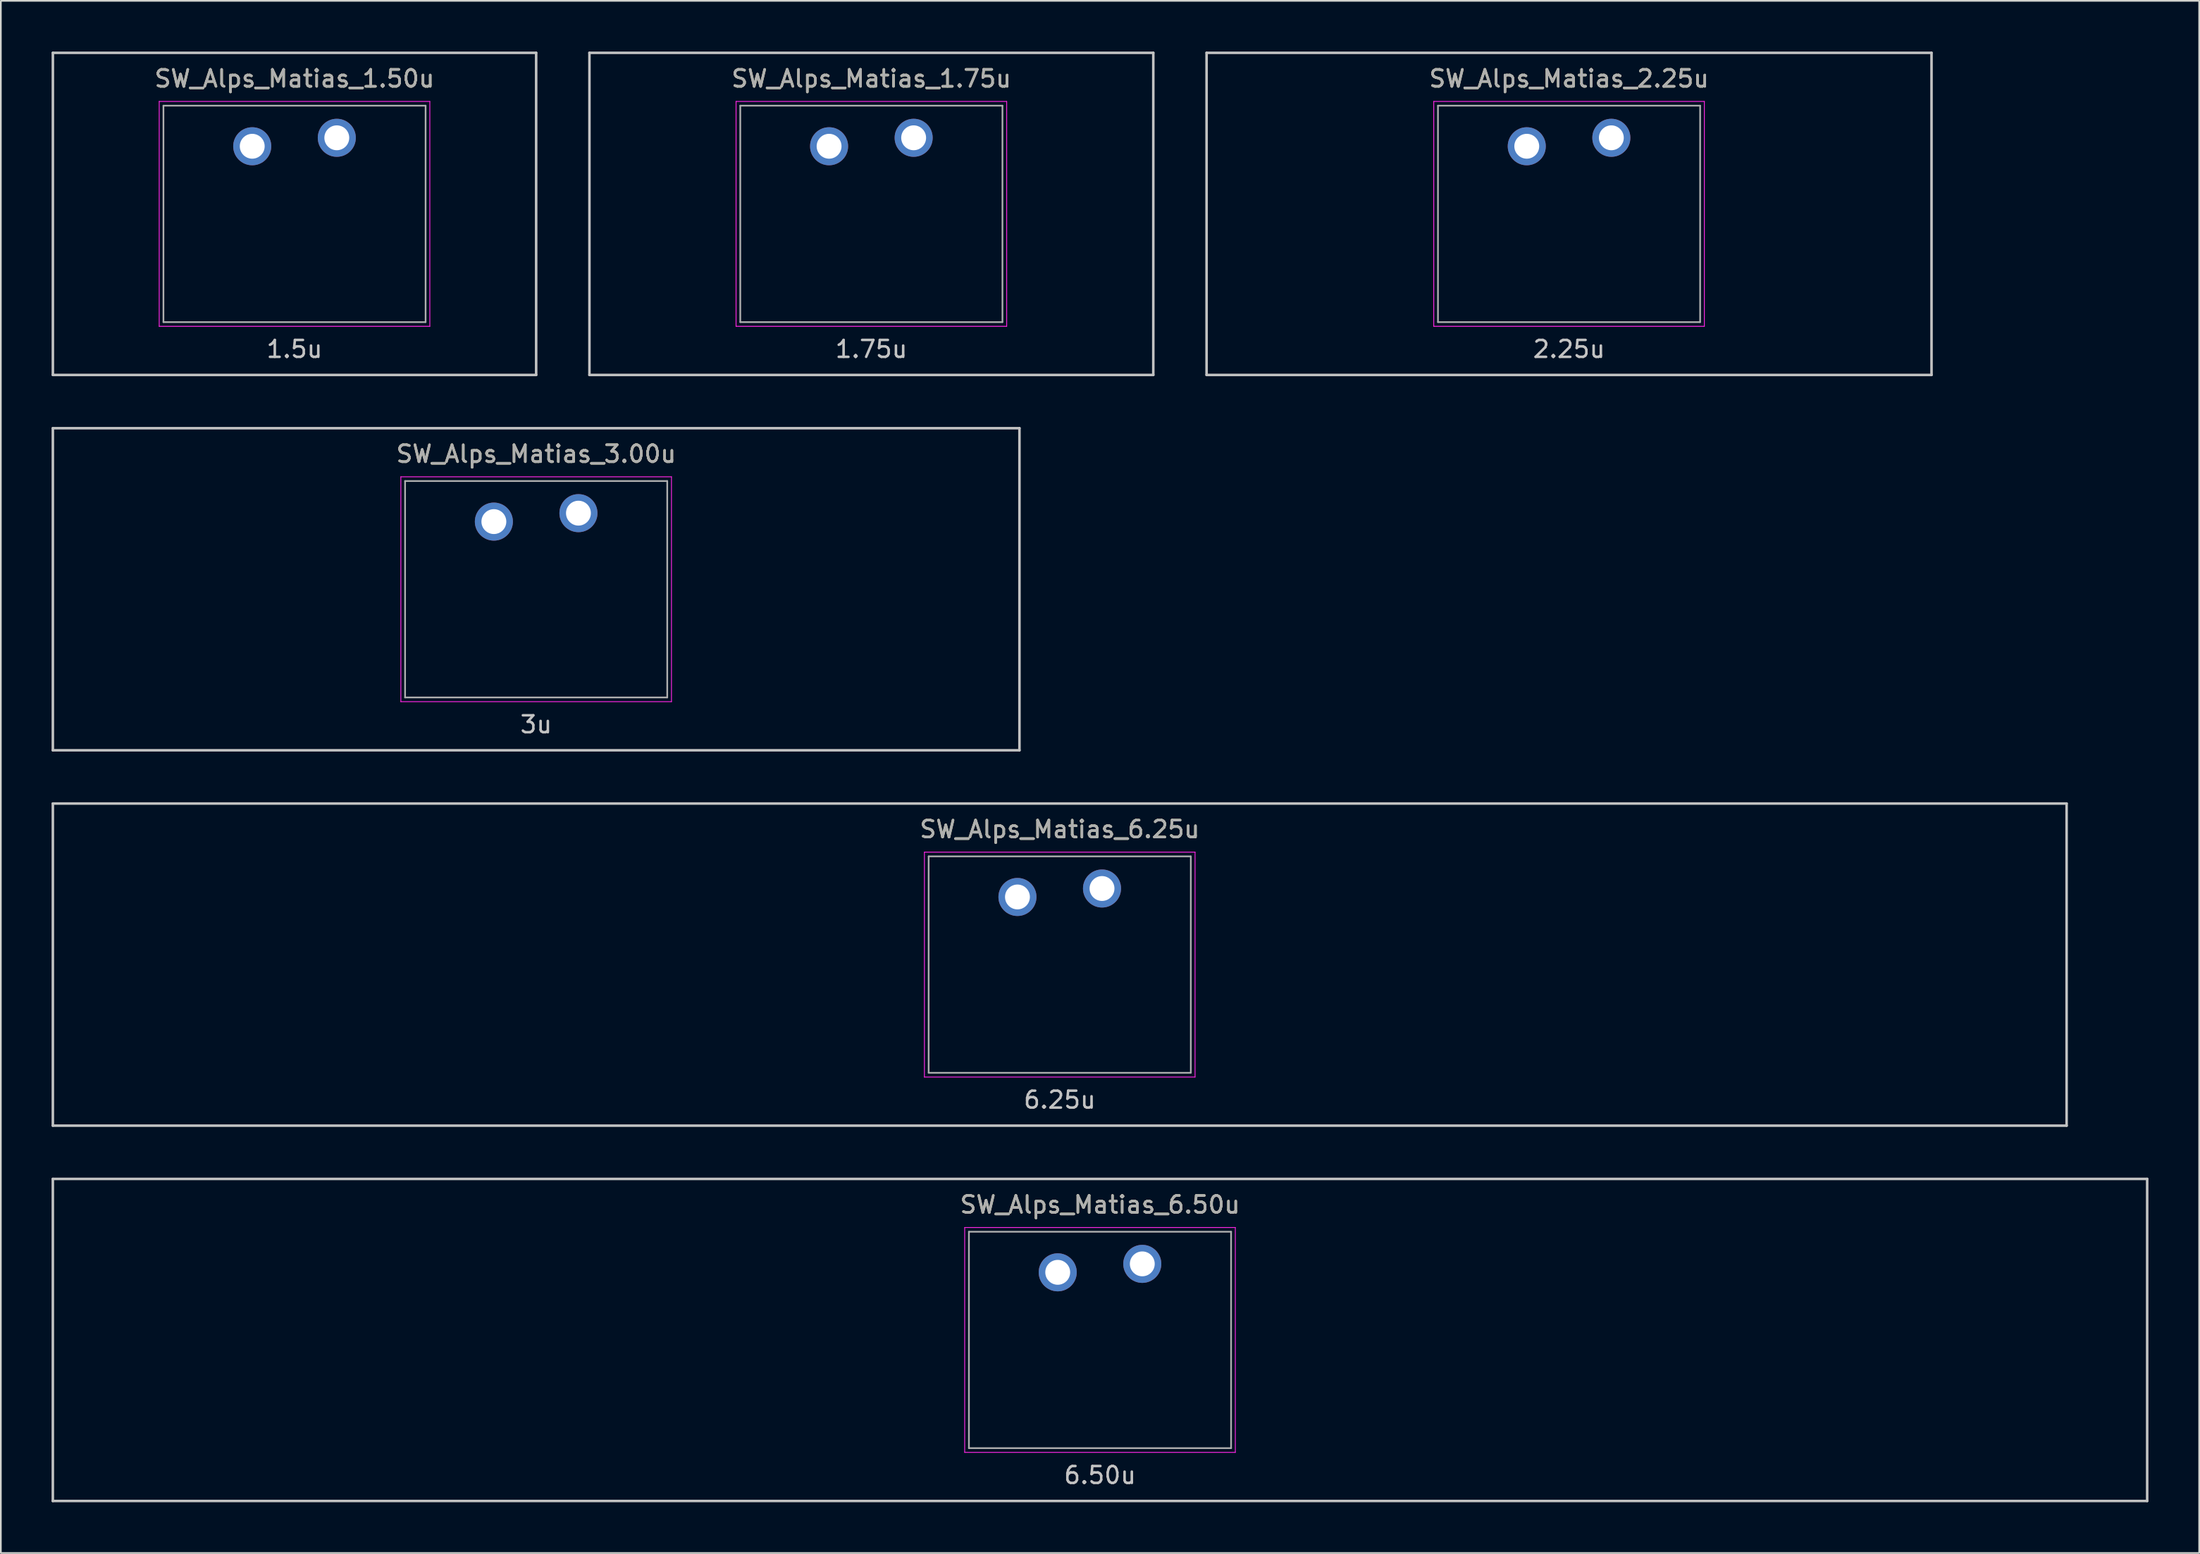
<source format=kicad_pcb>
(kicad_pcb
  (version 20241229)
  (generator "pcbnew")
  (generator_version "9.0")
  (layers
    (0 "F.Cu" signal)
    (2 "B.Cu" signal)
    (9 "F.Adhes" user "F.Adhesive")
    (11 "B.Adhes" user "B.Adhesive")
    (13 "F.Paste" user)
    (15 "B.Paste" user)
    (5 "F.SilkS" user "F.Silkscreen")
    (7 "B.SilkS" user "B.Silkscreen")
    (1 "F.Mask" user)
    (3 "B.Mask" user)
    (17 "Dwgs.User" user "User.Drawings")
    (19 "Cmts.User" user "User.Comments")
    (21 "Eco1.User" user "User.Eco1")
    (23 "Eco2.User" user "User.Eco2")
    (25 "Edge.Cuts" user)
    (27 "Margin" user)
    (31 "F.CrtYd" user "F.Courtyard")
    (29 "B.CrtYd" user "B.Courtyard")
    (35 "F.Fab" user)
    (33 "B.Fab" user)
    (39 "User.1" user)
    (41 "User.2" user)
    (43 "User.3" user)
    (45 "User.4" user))
  (footprint "SW_Alps_Matias_3.00u"
    (layer "F.Cu")
    (at 28.65 31.8)
    (property "Reference" "SW_Alps_Matias_3.00u" (at 0 -8 0) (layer "F.SilkS") (effects (font (size 1 1) (thickness 0.15))))
    (attr through_hole)
    (fp_line (start -28.575 -9.525) (end 28.575 -9.525) (stroke (width 0.15) (type solid)) (layer "Dwgs.User"))
    (fp_line (start -28.575 9.525) (end -28.575 -9.525) (stroke (width 0.15) (type solid)) (layer "Dwgs.User"))
    (fp_line (start -28.575 9.525) (end 28.575 9.525) (stroke (width 0.15) (type solid)) (layer "Dwgs.User"))
    (fp_line (start 28.575 -9.525) (end 28.575 9.525) (stroke (width 0.15) (type solid)) (layer "Dwgs.User"))
    (fp_line (start -8 -6.65) (end 8 -6.65) (stroke (width 0.05) (type solid)) (layer "F.CrtYd"))
    (fp_line (start -8 6.65) (end -8 -6.65) (stroke (width 0.05) (type solid)) (layer "F.CrtYd"))
    (fp_line (start 8 -6.65) (end 8 6.65) (stroke (width 0.05) (type solid)) (layer "F.CrtYd"))
    (fp_line (start 8 6.65) (end -8 6.65) (stroke (width 0.05) (type solid)) (layer "F.CrtYd"))
    (fp_line (start -7.75 -6.4) (end 7.75 -6.4) (stroke (width 0.1) (type solid)) (layer "F.Fab"))
    (fp_line (start -7.75 6.4) (end -7.75 -6.4) (stroke (width 0.1) (type solid)) (layer "F.Fab"))
    (fp_line (start 7.75 -6.4) (end 7.75 6.4) (stroke (width 0.1) (type solid)) (layer "F.Fab"))
    (fp_line (start 7.75 6.4) (end -7.75 6.4) (stroke (width 0.1) (type solid)) (layer "F.Fab"))
    (fp_text user "3u" (at 0 8 0) (layer "Dwgs.User") (effects (font (size 1 1) (thickness 0.15))))
    (fp_text user "${REFERENCE}" (at 0 -8 0) (layer "F.Fab") (effects (font (size 1 1) (thickness 0.15))))
    (pad "1" thru_hole circle (at -2.5 -4) (size 2.25 2.25) (drill 1.47) (layers "*.Cu" "B.Mask"))
    (pad "2" thru_hole circle (at 2.5 -4.5) (size 2.25 2.25) (drill 1.47) (layers "*.Cu" "B.Mask")))
  (footprint "SW_Alps_Matias_1.75u"
    (layer "F.Cu")
    (at 48.469 9.6)
    (property "Reference" "SW_Alps_Matias_1.75u" (at 0 -8 0) (layer "F.SilkS") (effects (font (size 1 1) (thickness 0.15))))
    (attr through_hole)
    (fp_line (start -16.669 -9.525) (end 16.669 -9.525) (stroke (width 0.15) (type solid)) (layer "Dwgs.User"))
    (fp_line (start -16.669 9.525) (end -16.669 -9.525) (stroke (width 0.15) (type solid)) (layer "Dwgs.User"))
    (fp_line (start -16.669 9.525) (end 16.669 9.525) (stroke (width 0.15) (type solid)) (layer "Dwgs.User"))
    (fp_line (start 16.669 -9.525) (end 16.669 9.525) (stroke (width 0.15) (type solid)) (layer "Dwgs.User"))
    (fp_line (start -8 -6.65) (end 8 -6.65) (stroke (width 0.05) (type solid)) (layer "F.CrtYd"))
    (fp_line (start -8 6.65) (end -8 -6.65) (stroke (width 0.05) (type solid)) (layer "F.CrtYd"))
    (fp_line (start 8 -6.65) (end 8 6.65) (stroke (width 0.05) (type solid)) (layer "F.CrtYd"))
    (fp_line (start 8 6.65) (end -8 6.65) (stroke (width 0.05) (type solid)) (layer "F.CrtYd"))
    (fp_line (start -7.75 -6.4) (end 7.75 -6.4) (stroke (width 0.1) (type solid)) (layer "F.Fab"))
    (fp_line (start -7.75 6.4) (end -7.75 -6.4) (stroke (width 0.1) (type solid)) (layer "F.Fab"))
    (fp_line (start 7.75 -6.4) (end 7.75 6.4) (stroke (width 0.1) (type solid)) (layer "F.Fab"))
    (fp_line (start 7.75 6.4) (end -7.75 6.4) (stroke (width 0.1) (type solid)) (layer "F.Fab"))
    (fp_text user "1.75u" (at 0 8 0) (layer "Dwgs.User") (effects (font (size 1 1) (thickness 0.15))))
    (fp_text user "${REFERENCE}" (at 0 -8 0) (layer "F.Fab") (effects (font (size 1 1) (thickness 0.15))))
    (pad "1" thru_hole circle (at -2.5 -4) (size 2.25 2.25) (drill 1.47) (layers "*.Cu" "B.Mask"))
    (pad "2" thru_hole circle (at 2.5 -4.5) (size 2.25 2.25) (drill 1.47) (layers "*.Cu" "B.Mask")))
  (footprint "SW_Alps_Matias_2.25u"
    (layer "F.Cu")
    (at 89.719 9.6)
    (property "Reference" "SW_Alps_Matias_2.25u" (at 0 -8 0) (layer "F.SilkS") (effects (font (size 1 1) (thickness 0.15))))
    (attr through_hole)
    (fp_line (start -21.431 -9.525) (end 21.431 -9.525) (stroke (width 0.15) (type solid)) (layer "Dwgs.User"))
    (fp_line (start -21.431 9.525) (end -21.431 -9.525) (stroke (width 0.15) (type solid)) (layer "Dwgs.User"))
    (fp_line (start -21.431 9.525) (end 21.431 9.525) (stroke (width 0.15) (type solid)) (layer "Dwgs.User"))
    (fp_line (start 21.431 -9.525) (end 21.431 9.525) (stroke (width 0.15) (type solid)) (layer "Dwgs.User"))
    (fp_line (start -8 -6.65) (end 8 -6.65) (stroke (width 0.05) (type solid)) (layer "F.CrtYd"))
    (fp_line (start -8 6.65) (end -8 -6.65) (stroke (width 0.05) (type solid)) (layer "F.CrtYd"))
    (fp_line (start 8 -6.65) (end 8 6.65) (stroke (width 0.05) (type solid)) (layer "F.CrtYd"))
    (fp_line (start 8 6.65) (end -8 6.65) (stroke (width 0.05) (type solid)) (layer "F.CrtYd"))
    (fp_line (start -7.75 -6.4) (end 7.75 -6.4) (stroke (width 0.1) (type solid)) (layer "F.Fab"))
    (fp_line (start -7.75 6.4) (end -7.75 -6.4) (stroke (width 0.1) (type solid)) (layer "F.Fab"))
    (fp_line (start 7.75 -6.4) (end 7.75 6.4) (stroke (width 0.1) (type solid)) (layer "F.Fab"))
    (fp_line (start 7.75 6.4) (end -7.75 6.4) (stroke (width 0.1) (type solid)) (layer "F.Fab"))
    (fp_text user "2.25u" (at 0 8 0) (layer "Dwgs.User") (effects (font (size 1 1) (thickness 0.15))))
    (fp_text user "${REFERENCE}" (at 0 -8 0) (layer "F.Fab") (effects (font (size 1 1) (thickness 0.15))))
    (pad "1" thru_hole circle (at -2.5 -4) (size 2.25 2.25) (drill 1.47) (layers "*.Cu" "B.Mask"))
    (pad "2" thru_hole circle (at 2.5 -4.5) (size 2.25 2.25) (drill 1.47) (layers "*.Cu" "B.Mask")))
  (footprint "SW_Alps_Matias_6.25u"
    (layer "F.Cu")
    (at 59.606 54)
    (property "Reference" "SW_Alps_Matias_6.25u" (at 0 -8 0) (layer "F.SilkS") (effects (font (size 1 1) (thickness 0.15))))
    (attr through_hole)
    (fp_line (start -59.531 -9.525) (end 59.531 -9.525) (stroke (width 0.15) (type solid)) (layer "Dwgs.User"))
    (fp_line (start -59.531 9.525) (end -59.531 -9.525) (stroke (width 0.15) (type solid)) (layer "Dwgs.User"))
    (fp_line (start -59.531 9.525) (end 59.531 9.525) (stroke (width 0.15) (type solid)) (layer "Dwgs.User"))
    (fp_line (start 59.531 -9.525) (end 59.531 9.525) (stroke (width 0.15) (type solid)) (layer "Dwgs.User"))
    (fp_line (start -8 -6.65) (end 8 -6.65) (stroke (width 0.05) (type solid)) (layer "F.CrtYd"))
    (fp_line (start -8 6.65) (end -8 -6.65) (stroke (width 0.05) (type solid)) (layer "F.CrtYd"))
    (fp_line (start 8 -6.65) (end 8 6.65) (stroke (width 0.05) (type solid)) (layer "F.CrtYd"))
    (fp_line (start 8 6.65) (end -8 6.65) (stroke (width 0.05) (type solid)) (layer "F.CrtYd"))
    (fp_line (start -7.75 -6.4) (end 7.75 -6.4) (stroke (width 0.1) (type solid)) (layer "F.Fab"))
    (fp_line (start -7.75 6.4) (end -7.75 -6.4) (stroke (width 0.1) (type solid)) (layer "F.Fab"))
    (fp_line (start 7.75 -6.4) (end 7.75 6.4) (stroke (width 0.1) (type solid)) (layer "F.Fab"))
    (fp_line (start 7.75 6.4) (end -7.75 6.4) (stroke (width 0.1) (type solid)) (layer "F.Fab"))
    (fp_text user "6.25u" (at 0 8 0) (layer "Dwgs.User") (effects (font (size 1 1) (thickness 0.15))))
    (fp_text user "${REFERENCE}" (at 0 -8 0) (layer "F.Fab") (effects (font (size 1 1) (thickness 0.15))))
    (pad "1" thru_hole circle (at -2.5 -4) (size 2.25 2.25) (drill 1.47) (layers "*.Cu" "B.Mask"))
    (pad "2" thru_hole circle (at 2.5 -4.5) (size 2.25 2.25) (drill 1.47) (layers "*.Cu" "B.Mask")))
  (footprint "SW_Alps_Matias_1.50u"
    (layer "F.Cu")
    (at 14.363 9.6)
    (property "Reference" "SW_Alps_Matias_1.50u" (at 0 -8 0) (layer "F.SilkS") (effects (font (size 1 1) (thickness 0.15))))
    (attr through_hole)
    (fp_line (start -14.287 -9.525) (end 14.287 -9.525) (stroke (width 0.15) (type solid)) (layer "Dwgs.User"))
    (fp_line (start -14.287 9.525) (end -14.287 -9.525) (stroke (width 0.15) (type solid)) (layer "Dwgs.User"))
    (fp_line (start -14.287 9.525) (end 14.287 9.525) (stroke (width 0.15) (type solid)) (layer "Dwgs.User"))
    (fp_line (start 14.287 -9.525) (end 14.287 9.525) (stroke (width 0.15) (type solid)) (layer "Dwgs.User"))
    (fp_line (start -8 -6.65) (end 8 -6.65) (stroke (width 0.05) (type solid)) (layer "F.CrtYd"))
    (fp_line (start -8 6.65) (end -8 -6.65) (stroke (width 0.05) (type solid)) (layer "F.CrtYd"))
    (fp_line (start 8 -6.65) (end 8 6.65) (stroke (width 0.05) (type solid)) (layer "F.CrtYd"))
    (fp_line (start 8 6.65) (end -8 6.65) (stroke (width 0.05) (type solid)) (layer "F.CrtYd"))
    (fp_line (start -7.75 -6.4) (end 7.75 -6.4) (stroke (width 0.1) (type solid)) (layer "F.Fab"))
    (fp_line (start -7.75 6.4) (end -7.75 -6.4) (stroke (width 0.1) (type solid)) (layer "F.Fab"))
    (fp_line (start 7.75 -6.4) (end 7.75 6.4) (stroke (width 0.1) (type solid)) (layer "F.Fab"))
    (fp_line (start 7.75 6.4) (end -7.75 6.4) (stroke (width 0.1) (type solid)) (layer "F.Fab"))
    (fp_text user "1.5u" (at 0 8 0) (layer "Dwgs.User") (effects (font (size 1 1) (thickness 0.15))))
    (fp_text user "${REFERENCE}" (at 0 -8 0) (layer "F.Fab") (effects (font (size 1 1) (thickness 0.15))))
    (pad "1" thru_hole circle (at -2.5 -4) (size 2.25 2.25) (drill 1.47) (layers "*.Cu" "B.Mask"))
    (pad "2" thru_hole circle (at 2.5 -4.5) (size 2.25 2.25) (drill 1.47) (layers "*.Cu" "B.Mask")))
  (footprint "SW_Alps_Matias_6.50u"
    (layer "F.Cu")
    (at 61.987 76.2)
    (property "Reference" "SW_Alps_Matias_6.50u" (at 0 -8 0) (layer "F.SilkS") (effects (font (size 1 1) (thickness 0.15))))
    (attr through_hole)
    (fp_line (start -61.913 -9.525) (end 61.913 -9.525) (stroke (width 0.15) (type solid)) (layer "Dwgs.User"))
    (fp_line (start -61.913 9.525) (end -61.913 -9.525) (stroke (width 0.15) (type solid)) (layer "Dwgs.User"))
    (fp_line (start -61.913 9.525) (end 61.913 9.525) (stroke (width 0.15) (type solid)) (layer "Dwgs.User"))
    (fp_line (start 61.913 -9.525) (end 61.913 9.525) (stroke (width 0.15) (type solid)) (layer "Dwgs.User"))
    (fp_line (start -8 -6.65) (end 8 -6.65) (stroke (width 0.05) (type solid)) (layer "F.CrtYd"))
    (fp_line (start -8 6.65) (end -8 -6.65) (stroke (width 0.05) (type solid)) (layer "F.CrtYd"))
    (fp_line (start 8 -6.65) (end 8 6.65) (stroke (width 0.05) (type solid)) (layer "F.CrtYd"))
    (fp_line (start 8 6.65) (end -8 6.65) (stroke (width 0.05) (type solid)) (layer "F.CrtYd"))
    (fp_line (start -7.75 -6.4) (end 7.75 -6.4) (stroke (width 0.1) (type solid)) (layer "F.Fab"))
    (fp_line (start -7.75 6.4) (end -7.75 -6.4) (stroke (width 0.1) (type solid)) (layer "F.Fab"))
    (fp_line (start 7.75 -6.4) (end 7.75 6.4) (stroke (width 0.1) (type solid)) (layer "F.Fab"))
    (fp_line (start 7.75 6.4) (end -7.75 6.4) (stroke (width 0.1) (type solid)) (layer "F.Fab"))
    (fp_text user "6.50u" (at 0 8 0) (layer "Dwgs.User") (effects (font (size 1 1) (thickness 0.15))))
    (fp_text user "${REFERENCE}" (at 0 -8 0) (layer "F.Fab") (effects (font (size 1 1) (thickness 0.15))))
    (pad "1" thru_hole circle (at -2.5 -4) (size 2.25 2.25) (drill 1.47) (layers "*.Cu" "B.Mask"))
    (pad "2" thru_hole circle (at 2.5 -4.5) (size 2.25 2.25) (drill 1.47) (layers "*.Cu" "B.Mask")))
  (gr_rect
    (start -3 -3)
    (end 126.975 88.8)
    (stroke (width 0.1) (type default))
    (fill no)
    (layer "Edge.Cuts")))
</source>
